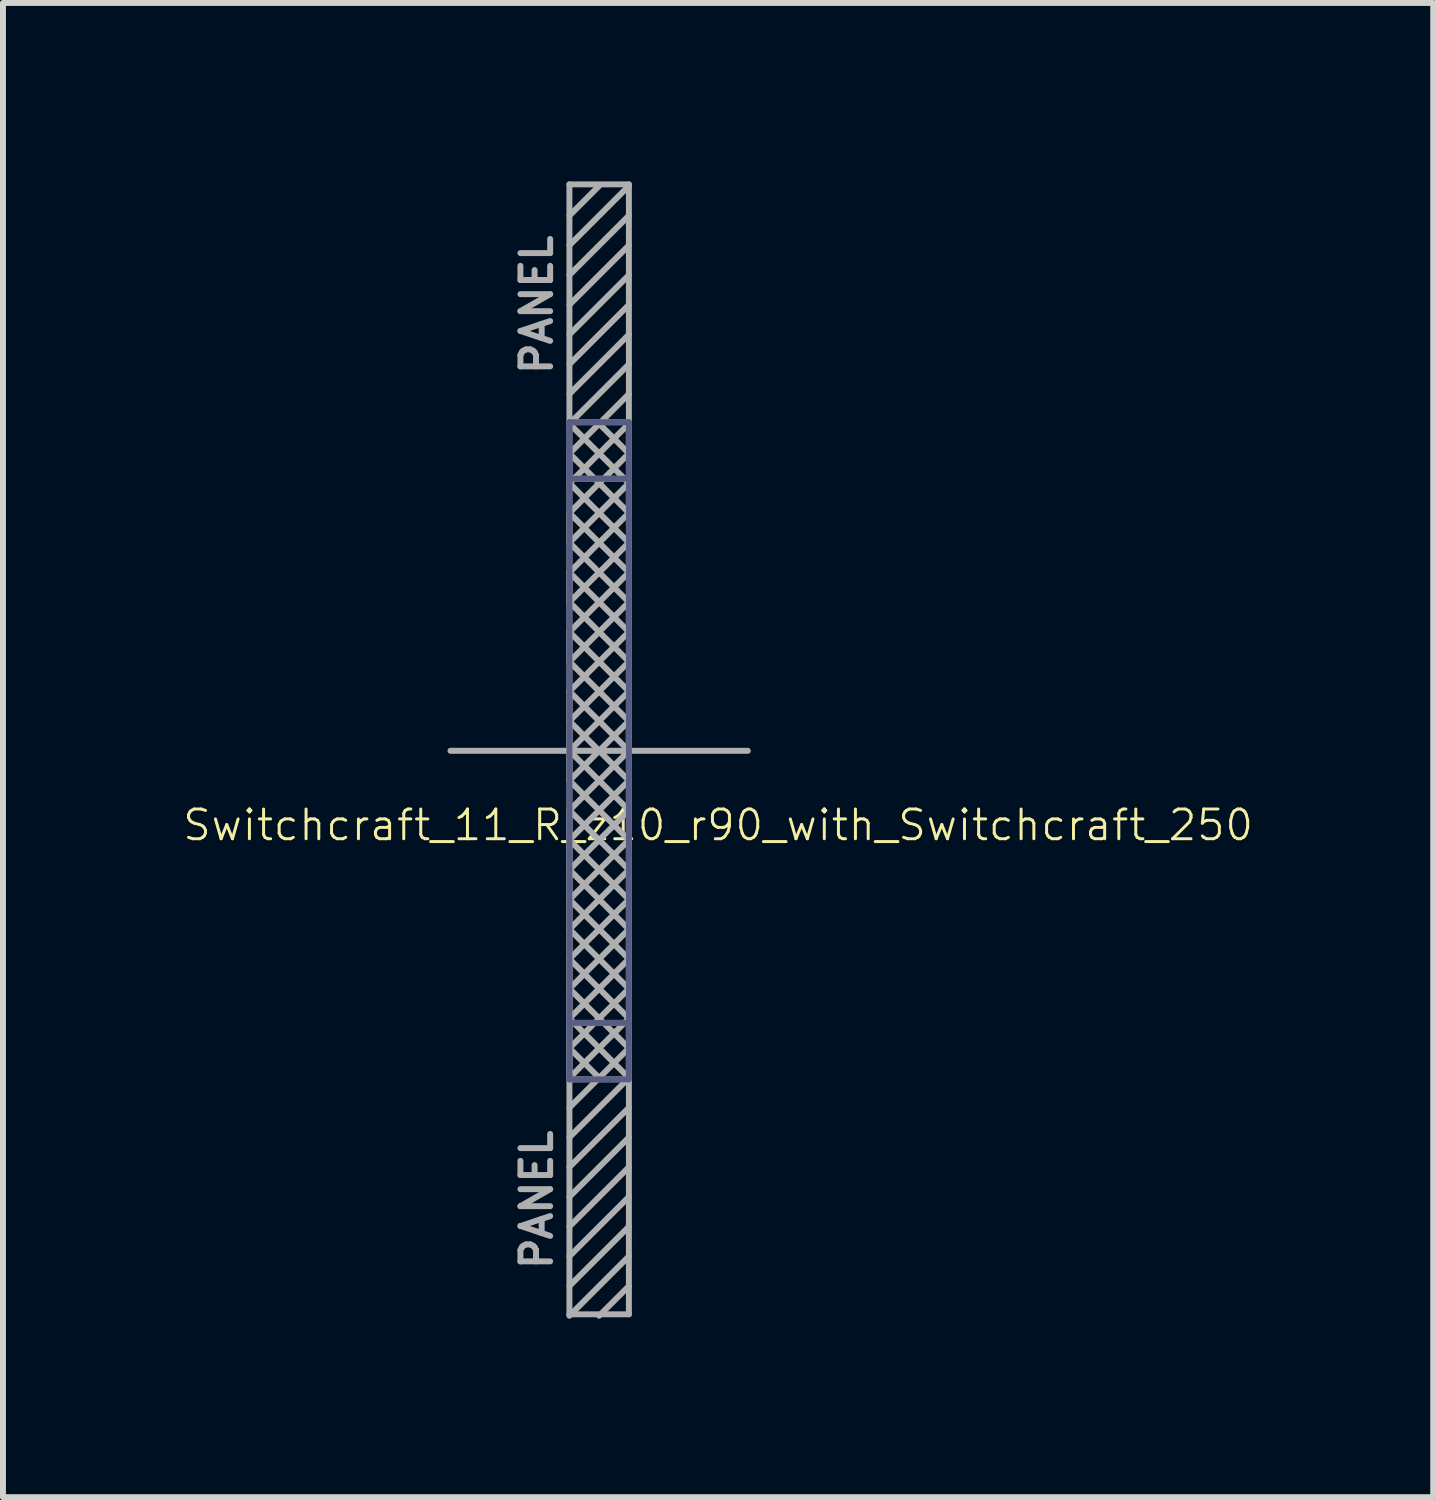
<source format=kicad_pcb>
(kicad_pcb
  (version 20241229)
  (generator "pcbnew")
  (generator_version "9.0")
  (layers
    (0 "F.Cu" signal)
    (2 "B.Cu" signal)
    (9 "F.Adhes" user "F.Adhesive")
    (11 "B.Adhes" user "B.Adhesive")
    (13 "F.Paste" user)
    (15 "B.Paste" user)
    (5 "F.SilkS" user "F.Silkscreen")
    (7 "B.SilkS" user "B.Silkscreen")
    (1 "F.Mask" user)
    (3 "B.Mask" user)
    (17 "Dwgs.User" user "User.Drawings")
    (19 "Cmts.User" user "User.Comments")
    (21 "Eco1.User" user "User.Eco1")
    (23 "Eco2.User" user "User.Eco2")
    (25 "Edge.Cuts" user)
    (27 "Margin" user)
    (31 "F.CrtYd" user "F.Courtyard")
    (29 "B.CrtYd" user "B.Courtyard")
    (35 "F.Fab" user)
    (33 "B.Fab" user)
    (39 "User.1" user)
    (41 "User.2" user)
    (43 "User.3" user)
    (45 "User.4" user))
  (footprint "Switchcraft_11_R_z10_r90_with_Switchcraft_250"
    (layer "F.Cu")
    (at 6.525 9.575)
    (property "Reference" "Switchcraft_11_R_z10_r90_with_Switchcraft_250" (at 2.5 1.25 180) (layer "F.SilkS") (effects (font (size 0.5 0.5) (thickness 0.05))))
    (attr through_hole)
    (fp_line (start 0 -5.525) (end 0 -5.5) (stroke (width 0.1) (type solid)) (layer "B.Fab"))
    (fp_line (start 0 -5.5) (end 0 -4.5) (stroke (width 0.1) (type solid)) (layer "B.Fab"))
    (fp_line (start 0 -4.575) (end 1 -4.575) (stroke (width 0.1) (type solid)) (layer "B.Fab"))
    (fp_line (start 0 4.5) (end 0 -5.5) (stroke (width 0.1) (type solid)) (layer "B.Fab"))
    (fp_line (start 0 4.575) (end 1 4.575) (stroke (width 0.1) (type solid)) (layer "B.Fab"))
    (fp_line (start 0 5.5) (end 0 4.5) (stroke (width 0.1) (type solid)) (layer "B.Fab"))
    (fp_line (start 0 5.525) (end 0 5.45) (stroke (width 0.1) (type solid)) (layer "B.Fab"))
    (fp_line (start 1 -5.525) (end 0 -5.525) (stroke (width 0.1) (type solid)) (layer "B.Fab"))
    (fp_line (start 1 -5.5) (end 1 -5.525) (stroke (width 0.1) (type solid)) (layer "B.Fab"))
    (fp_line (start 1 -5.5) (end 1 5.5) (stroke (width 0.1) (type solid)) (layer "B.Fab"))
    (fp_line (start 1 5.525) (end 0 5.525) (stroke (width 0.1) (type solid)) (layer "B.Fab"))
    (fp_line (start -2 0) (end 3 0) (stroke (width 0.1) (type solid)) (layer "F.Fab"))
    (fp_line (start 0 -9.525) (end 1 -9.525) (stroke (width 0.1) (type solid)) (layer "F.Fab"))
    (fp_line (start 0 -9) (end 0.5 -9.5) (stroke (width 0.1) (type solid)) (layer "F.Fab"))
    (fp_line (start 0 -6.5) (end 1 -7.5) (stroke (width 0.1) (type solid)) (layer "F.Fab"))
    (fp_line (start 0 -5.525) (end 1 -5.525) (stroke (width 0.1) (type solid)) (layer "F.Fab"))
    (fp_line (start 0 -5.5) (end 1 -6.5) (stroke (width 0.1) (type solid)) (layer "F.Fab"))
    (fp_line (start 0 -5.5) (end 1 -4.5) (stroke (width 0.1) (type solid)) (layer "F.Fab"))
    (fp_line (start 0 -5) (end 0.5 -5.5) (stroke (width 0.1) (type solid)) (layer "F.Fab"))
    (fp_line (start 0 -5) (end 1 -4) (stroke (width 0.1) (type solid)) (layer "F.Fab"))
    (fp_line (start 0 -4.575) (end 1 -4.575) (stroke (width 0.1) (type solid)) (layer "F.Fab"))
    (fp_line (start 0 -4.5) (end 0 -5) (stroke (width 0.1) (type solid)) (layer "F.Fab"))
    (fp_line (start 0 -4.5) (end 1 -3.5) (stroke (width 0.1) (type solid)) (layer "F.Fab"))
    (fp_line (start 0 -4) (end 1 -5) (stroke (width 0.1) (type solid)) (layer "F.Fab"))
    (fp_line (start 0 -4) (end 1 -3) (stroke (width 0.1) (type solid)) (layer "F.Fab"))
    (fp_line (start 0 -3.5) (end 0 -4) (stroke (width 0.1) (type solid)) (layer "F.Fab"))
    (fp_line (start 0 -3.5) (end 1 -2.5) (stroke (width 0.1) (type solid)) (layer "F.Fab"))
    (fp_line (start 0 -3) (end 1 -4) (stroke (width 0.1) (type solid)) (layer "F.Fab"))
    (fp_line (start 0 -3) (end 1 -2) (stroke (width 0.1) (type solid)) (layer "F.Fab"))
    (fp_line (start 0 -2.5) (end 0 -3) (stroke (width 0.1) (type solid)) (layer "F.Fab"))
    (fp_line (start 0 -2) (end 1 -3) (stroke (width 0.1) (type solid)) (layer "F.Fab"))
    (fp_line (start 0 -2) (end 1 -1) (stroke (width 0.1) (type solid)) (layer "F.Fab"))
    (fp_line (start 0 -1.5) (end 0 -2) (stroke (width 0.1) (type solid)) (layer "F.Fab"))
    (fp_line (start 0 -1.5) (end 1 -0.5) (stroke (width 0.1) (type solid)) (layer "F.Fab"))
    (fp_line (start 0 -1) (end 1 -2) (stroke (width 0.1) (type solid)) (layer "F.Fab"))
    (fp_line (start 0 -0.5) (end 0 -1) (stroke (width 0.1) (type solid)) (layer "F.Fab"))
    (fp_line (start 0 -0.5) (end 0 0) (stroke (width 0.1) (type solid)) (layer "F.Fab"))
    (fp_line (start 0 0) (end 1 -1) (stroke (width 0.1) (type solid)) (layer "F.Fab"))
    (fp_line (start 0 0) (end 1 1) (stroke (width 0.1) (type solid)) (layer "F.Fab"))
    (fp_line (start 0 0.5) (end 0 0) (stroke (width 0.1) (type solid)) (layer "F.Fab"))
    (fp_line (start 0 1) (end 1 0) (stroke (width 0.1) (type solid)) (layer "F.Fab"))
    (fp_line (start 0 1) (end 1 2) (stroke (width 0.1) (type solid)) (layer "F.Fab"))
    (fp_line (start 0 1.5) (end 0 1) (stroke (width 0.1) (type solid)) (layer "F.Fab"))
    (fp_line (start 0 1.5) (end 0 2) (stroke (width 0.1) (type solid)) (layer "F.Fab"))
    (fp_line (start 0 2) (end 1 1) (stroke (width 0.1) (type solid)) (layer "F.Fab"))
    (fp_line (start 0 2) (end 1 3) (stroke (width 0.1) (type solid)) (layer "F.Fab"))
    (fp_line (start 0 2.5) (end 0 2) (stroke (width 0.1) (type solid)) (layer "F.Fab"))
    (fp_line (start 0 2.5) (end 0 3) (stroke (width 0.1) (type solid)) (layer "F.Fab"))
    (fp_line (start 0 3) (end 1 2) (stroke (width 0.1) (type solid)) (layer "F.Fab"))
    (fp_line (start 0 3) (end 1 4) (stroke (width 0.1) (type solid)) (layer "F.Fab"))
    (fp_line (start 0 3.5) (end 0 3) (stroke (width 0.1) (type solid)) (layer "F.Fab"))
    (fp_line (start 0 3.5) (end 0 4) (stroke (width 0.1) (type solid)) (layer "F.Fab"))
    (fp_line (start 0 4) (end 1 3) (stroke (width 0.1) (type solid)) (layer "F.Fab"))
    (fp_line (start 0 4) (end 1 5) (stroke (width 0.1) (type solid)) (layer "F.Fab"))
    (fp_line (start 0 4.5) (end 0 4) (stroke (width 0.1) (type solid)) (layer "F.Fab"))
    (fp_line (start 0 4.5) (end 0 5) (stroke (width 0.1) (type solid)) (layer "F.Fab"))
    (fp_line (start 0 4.575) (end 1 4.575) (stroke (width 0.1) (type solid)) (layer "F.Fab"))
    (fp_line (start 0 5) (end 0.5 5.5) (stroke (width 0.1) (type solid)) (layer "F.Fab"))
    (fp_line (start 0 5) (end 1 4) (stroke (width 0.1) (type solid)) (layer "F.Fab"))
    (fp_line (start 0 5.5) (end 0 5) (stroke (width 0.1) (type solid)) (layer "F.Fab"))
    (fp_line (start 0 5.525) (end 1 5.525) (stroke (width 0.1) (type solid)) (layer "F.Fab"))
    (fp_line (start 0 7) (end 1 6) (stroke (width 0.1) (type solid)) (layer "F.Fab"))
    (fp_line (start 0 8) (end 1 7) (stroke (width 0.1) (type solid)) (layer "F.Fab"))
    (fp_line (start 0 9) (end 1 8) (stroke (width 0.1) (type solid)) (layer "F.Fab"))
    (fp_line (start 0 9.475) (end 0 -9.525) (stroke (width 0.1) (type solid)) (layer "F.Fab"))
    (fp_line (start 0.5 -5.5) (end 1 -5) (stroke (width 0.1) (type solid)) (layer "F.Fab"))
    (fp_line (start 0.5 5.5) (end 0 6) (stroke (width 0.1) (type solid)) (layer "F.Fab"))
    (fp_line (start 0.5 5.5) (end 1 5) (stroke (width 0.1) (type solid)) (layer "F.Fab"))
    (fp_line (start 0.5 9.5) (end 1 9) (stroke (width 0.1) (type solid)) (layer "F.Fab"))
    (fp_line (start 1 -9.525) (end 1 9.475) (stroke (width 0.1) (type solid)) (layer "F.Fab"))
    (fp_line (start 1 -9.5) (end 0 -8.5) (stroke (width 0.1) (type solid)) (layer "F.Fab"))
    (fp_line (start 1 -9) (end 0 -8) (stroke (width 0.1) (type solid)) (layer "F.Fab"))
    (fp_line (start 1 -8.5) (end 0 -7.5) (stroke (width 0.1) (type solid)) (layer "F.Fab"))
    (fp_line (start 1 -8) (end 0 -7) (stroke (width 0.1) (type solid)) (layer "F.Fab"))
    (fp_line (start 1 -7) (end 0 -6) (stroke (width 0.1) (type solid)) (layer "F.Fab"))
    (fp_line (start 1 -6) (end 0.5 -5.5) (stroke (width 0.1) (type solid)) (layer "F.Fab"))
    (fp_line (start 1 -5.5) (end 0 -4.5) (stroke (width 0.1) (type solid)) (layer "F.Fab"))
    (fp_line (start 1 -5) (end 1 -5.5) (stroke (width 0.1) (type solid)) (layer "F.Fab"))
    (fp_line (start 1 -4.5) (end 0 -3.5) (stroke (width 0.1) (type solid)) (layer "F.Fab"))
    (fp_line (start 1 -4) (end 1 -4.5) (stroke (width 0.1) (type solid)) (layer "F.Fab"))
    (fp_line (start 1 -3.5) (end 0 -2.5) (stroke (width 0.1) (type solid)) (layer "F.Fab"))
    (fp_line (start 1 -3) (end 1 -3.5) (stroke (width 0.1) (type solid)) (layer "F.Fab"))
    (fp_line (start 1 -2.5) (end 0 -1.5) (stroke (width 0.1) (type solid)) (layer "F.Fab"))
    (fp_line (start 1 -2) (end 1 -2.5) (stroke (width 0.1) (type solid)) (layer "F.Fab"))
    (fp_line (start 1 -1.5) (end 0 -2.5) (stroke (width 0.1) (type solid)) (layer "F.Fab"))
    (fp_line (start 1 -1.5) (end 0 -0.5) (stroke (width 0.1) (type solid)) (layer "F.Fab"))
    (fp_line (start 1 -1) (end 1 -1.5) (stroke (width 0.1) (type solid)) (layer "F.Fab"))
    (fp_line (start 1 -0.5) (end 0 0.5) (stroke (width 0.1) (type solid)) (layer "F.Fab"))
    (fp_line (start 1 -0.5) (end 1 0) (stroke (width 0.1) (type solid)) (layer "F.Fab"))
    (fp_line (start 1 0) (end 0 -1) (stroke (width 0.1) (type solid)) (layer "F.Fab"))
    (fp_line (start 1 0) (end 1 -0.5) (stroke (width 0.1) (type solid)) (layer "F.Fab"))
    (fp_line (start 1 0.5) (end 0 -0.5) (stroke (width 0.1) (type solid)) (layer "F.Fab"))
    (fp_line (start 1 0.5) (end 0 1.5) (stroke (width 0.1) (type solid)) (layer "F.Fab"))
    (fp_line (start 1 1) (end 1 0.5) (stroke (width 0.1) (type solid)) (layer "F.Fab"))
    (fp_line (start 1 1) (end 1 1.5) (stroke (width 0.1) (type solid)) (layer "F.Fab"))
    (fp_line (start 1 1.5) (end 0 0.5) (stroke (width 0.1) (type solid)) (layer "F.Fab"))
    (fp_line (start 1 1.5) (end 0 2.5) (stroke (width 0.1) (type solid)) (layer "F.Fab"))
    (fp_line (start 1 2) (end 1 1.5) (stroke (width 0.1) (type solid)) (layer "F.Fab"))
    (fp_line (start 1 2) (end 1 2.5) (stroke (width 0.1) (type solid)) (layer "F.Fab"))
    (fp_line (start 1 2.5) (end 0 1.5) (stroke (width 0.1) (type solid)) (layer "F.Fab"))
    (fp_line (start 1 2.5) (end 0 3.5) (stroke (width 0.1) (type solid)) (layer "F.Fab"))
    (fp_line (start 1 3) (end 1 2.5) (stroke (width 0.1) (type solid)) (layer "F.Fab"))
    (fp_line (start 1 3) (end 1 3.5) (stroke (width 0.1) (type solid)) (layer "F.Fab"))
    (fp_line (start 1 3.5) (end 0 2.5) (stroke (width 0.1) (type solid)) (layer "F.Fab"))
    (fp_line (start 1 3.5) (end 0 4.5) (stroke (width 0.1) (type solid)) (layer "F.Fab"))
    (fp_line (start 1 4) (end 1 3.5) (stroke (width 0.1) (type solid)) (layer "F.Fab"))
    (fp_line (start 1 4) (end 1 4.5) (stroke (width 0.1) (type solid)) (layer "F.Fab"))
    (fp_line (start 1 4.5) (end 0 3.5) (stroke (width 0.1) (type solid)) (layer "F.Fab"))
    (fp_line (start 1 4.5) (end 0 5.5) (stroke (width 0.1) (type solid)) (layer "F.Fab"))
    (fp_line (start 1 5) (end 1 4.5) (stroke (width 0.1) (type solid)) (layer "F.Fab"))
    (fp_line (start 1 5) (end 1 5.5) (stroke (width 0.1) (type solid)) (layer "F.Fab"))
    (fp_line (start 1 5.5) (end 0 4.5) (stroke (width 0.1) (type solid)) (layer "F.Fab"))
    (fp_line (start 1 5.5) (end 0 6.5) (stroke (width 0.1) (type solid)) (layer "F.Fab"))
    (fp_line (start 1 6.5) (end 0 7.5) (stroke (width 0.1) (type solid)) (layer "F.Fab"))
    (fp_line (start 1 7.5) (end 0 8.5) (stroke (width 0.1) (type solid)) (layer "F.Fab"))
    (fp_line (start 1 8.5) (end 0 9.5) (stroke (width 0.1) (type solid)) (layer "F.Fab"))
    (fp_line (start 1 9.475) (end 0 9.475) (stroke (width 0.1) (type solid)) (layer "F.Fab"))
    (fp_text user "PANEL" (at -0.55 -7.5 90) (layer "F.Fab") (effects (font (size 0.5 0.5) (thickness 0.1))))
    (fp_text user "PANEL" (at -0.55 7.55 90) (layer "F.Fab") (effects (font (size 0.5 0.5) (thickness 0.1)))))
  (gr_rect
    (start -3 -3)
    (end 21.05 22.125)
    (stroke (width 0.1) (type default))
    (fill no)
    (layer "Edge.Cuts")))
</source>
